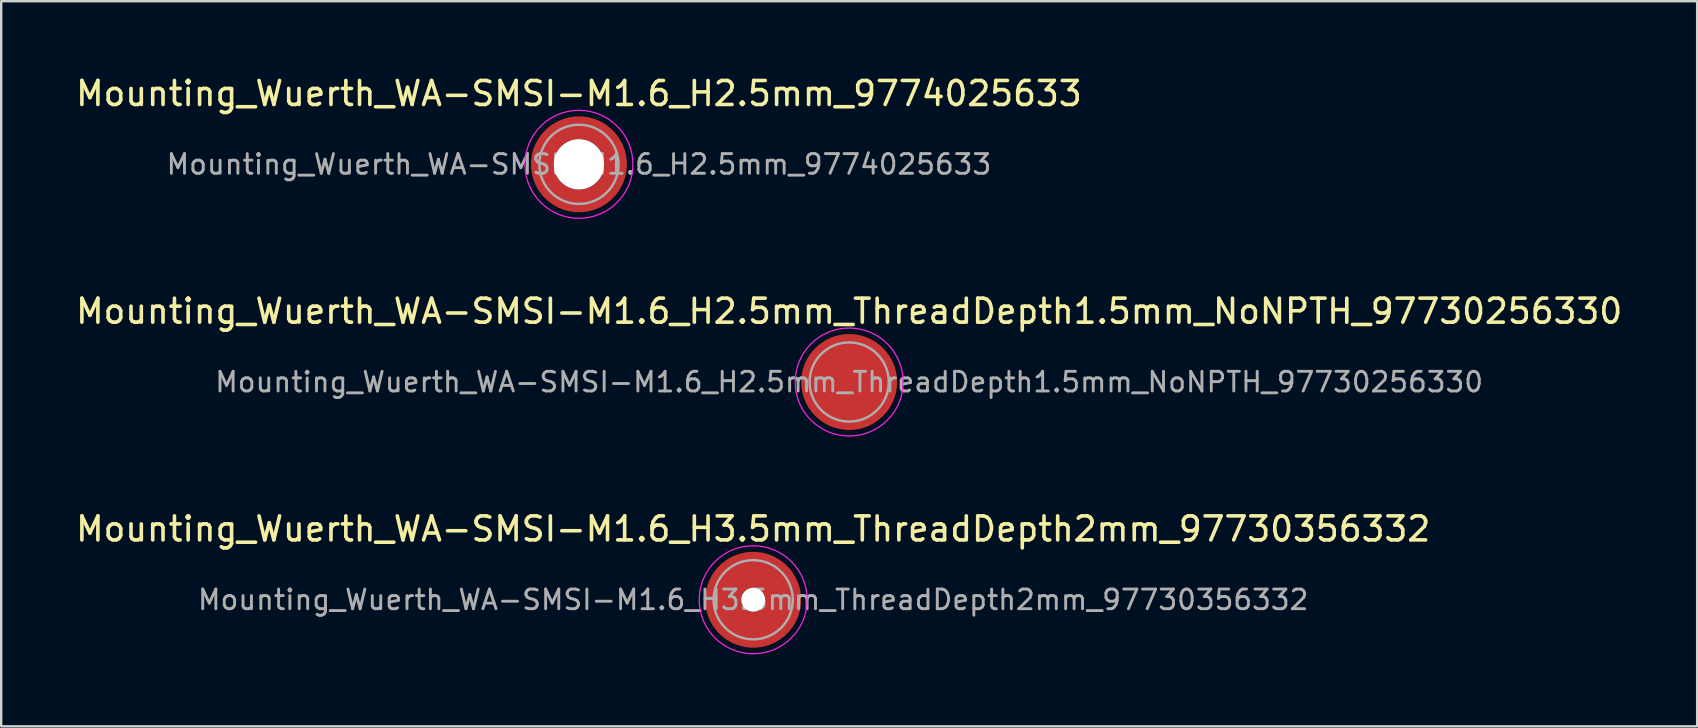
<source format=kicad_pcb>
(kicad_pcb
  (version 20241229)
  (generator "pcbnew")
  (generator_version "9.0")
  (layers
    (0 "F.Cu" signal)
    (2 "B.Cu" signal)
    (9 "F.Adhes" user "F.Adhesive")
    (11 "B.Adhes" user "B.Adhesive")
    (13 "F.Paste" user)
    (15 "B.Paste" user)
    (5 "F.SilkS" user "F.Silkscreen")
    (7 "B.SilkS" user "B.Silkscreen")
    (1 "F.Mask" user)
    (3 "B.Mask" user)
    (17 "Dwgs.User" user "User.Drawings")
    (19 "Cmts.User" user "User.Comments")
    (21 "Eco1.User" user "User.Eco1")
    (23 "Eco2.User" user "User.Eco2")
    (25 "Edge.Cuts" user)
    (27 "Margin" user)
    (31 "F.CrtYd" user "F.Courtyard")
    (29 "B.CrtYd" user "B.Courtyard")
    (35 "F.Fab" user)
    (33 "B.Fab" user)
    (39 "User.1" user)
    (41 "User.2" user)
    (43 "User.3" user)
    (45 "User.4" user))
  (footprint "Mounting_Wuerth_WA-SMSI-M1.6_H2.5mm_9774025633"
    (layer "F.Cu")
    (at 21.077 3.798)
    (property "Reference" "Mounting_Wuerth_WA-SMSI-M1.6_H2.5mm_9774025633" (at 0 -2.95 0) (layer "F.SilkS") (effects (font (size 1 1) (thickness 0.15))))
    (attr smd)
    (fp_circle (center 0 0) (end 2.25 0) (stroke (width 0.05) (type solid)) (fill no) (layer "F.CrtYd"))
    (fp_circle (center 0 0) (end 1.65 0) (stroke (width 0.1) (type solid)) (fill no) (layer "F.Fab"))
    (fp_text user "${REFERENCE}" (at 0 0 0) (layer "F.Fab") (effects (font (size 0.82 0.82) (thickness 0.12))))
    (pad "" smd custom (at -1.061 -1.061) (size 0.4 0.4) (layers "F.Paste") (options (anchor circle)) (primitives (gr_arc (start -0.101235 0.76066) (mid 0.211799 0.212465) (end 0.759748 -0.100999) (width 0.2)) (gr_arc (start -0.204251 0.76066) (mid 0.141299 0.141544) (end 0.760323 -0.204171) (width 0.2)) (gr_arc (start -0.306819 0.76066) (mid 0.070255 0.071167) (end 0.759401 -0.306542) (width 0.2)) (gr_arc (start -0.409034 0.76066) (mid -0.000242 0.000241) (end 0.759991 -0.408897) (width 0.2)) (gr_arc (start -0.510963 0.76066) (mid -0.071561 -0.06986) (end 0.758297 -0.51051) (width 0.2)) (gr_arc (start -0.61266 0.76066) (mid -0.142171 -0.140671) (end 0.758572 -0.612284) (width 0.2)) (gr_arc (start -0.714164 0.76066) (mid -0.212264 -0.212) (end 0.760292 -0.714102) (width 0.2)) (gr_line (start 0.761 -0.101) (end 0.761 -0.714) (width 0.2)) (gr_line (start -0.101 0.761) (end -0.714 0.761) (width 0.2))))
    (pad "" smd custom (at -1.061 1.061) (size 0.4 0.4) (layers "F.Paste") (options (anchor circle)) (primitives (gr_arc (start 0.76066 0.101235) (mid 0.212465 -0.211799) (end -0.100999 -0.759748) (width 0.2)) (gr_arc (start 0.76066 0.204251) (mid 0.141544 -0.141299) (end -0.204171 -0.760323) (width 0.2)) (gr_arc (start 0.76066 0.306819) (mid 0.071167 -0.070255) (end -0.306542 -0.759401) (width 0.2)) (gr_arc (start 0.76066 0.409034) (mid 0.000241 0.000242) (end -0.408897 -0.759991) (width 0.2)) (gr_arc (start 0.76066 0.510963) (mid -0.06986 0.071561) (end -0.51051 -0.758297) (width 0.2)) (gr_arc (start 0.76066 0.61266) (mid -0.140671 0.142171) (end -0.612284 -0.758572) (width 0.2)) (gr_arc (start 0.76066 0.714164) (mid -0.212 0.212264) (end -0.714102 -0.760292) (width 0.2)) (gr_line (start -0.101 -0.761) (end -0.714 -0.761) (width 0.2)) (gr_line (start 0.761 0.101) (end 0.761 0.714) (width 0.2))))
    (pad "" np_thru_hole circle (at 0 0) (size 2.1 2.1) (drill 2.1) (layers "*.Cu" "*.Mask"))
    (pad "" smd custom (at 1.061 -1.061) (size 0.4 0.4) (layers "F.Paste") (options (anchor circle)) (primitives (gr_arc (start -0.76066 -0.101235) (mid -0.212465 0.211799) (end 0.100999 0.759748) (width 0.2)) (gr_arc (start -0.76066 -0.204251) (mid -0.141544 0.141299) (end 0.204171 0.760323) (width 0.2)) (gr_arc (start -0.76066 -0.306819) (mid -0.071167 0.070255) (end 0.306542 0.759401) (width 0.2)) (gr_arc (start -0.76066 -0.409034) (mid -0.000241 -0.000242) (end 0.408897 0.759991) (width 0.2)) (gr_arc (start -0.76066 -0.510963) (mid 0.069859 -0.071561) (end 0.510509 0.758297) (width 0.2)) (gr_arc (start -0.76066 -0.61266) (mid 0.140671 -0.142171) (end 0.612284 0.758572) (width 0.2)) (gr_arc (start -0.76066 -0.714164) (mid 0.212 -0.212264) (end 0.714102 0.760292) (width 0.2)) (gr_line (start 0.101 0.761) (end 0.714 0.761) (width 0.2)) (gr_line (start -0.761 -0.101) (end -0.761 -0.714) (width 0.2))))
    (pad "" smd custom (at 1.061 1.061) (size 0.4 0.4) (layers "F.Paste") (options (anchor circle)) (primitives (gr_arc (start 0.101235 -0.76066) (mid -0.211799 -0.212465) (end -0.759748 0.100999) (width 0.2)) (gr_arc (start 0.204251 -0.76066) (mid -0.141299 -0.141544) (end -0.760323 0.204171) (width 0.2)) (gr_arc (start 0.306819 -0.76066) (mid -0.070255 -0.071167) (end -0.759401 0.306542) (width 0.2)) (gr_arc (start 0.409034 -0.76066) (mid 0.000242 -0.000241) (end -0.759991 0.408897) (width 0.2)) (gr_arc (start 0.510963 -0.76066) (mid 0.071561 0.069859) (end -0.758297 0.510509) (width 0.2)) (gr_arc (start 0.61266 -0.76066) (mid 0.142171 0.140671) (end -0.758572 0.612284) (width 0.2)) (gr_arc (start 0.714164 -0.76066) (mid 0.212264 0.212) (end -0.760292 0.714102) (width 0.2)) (gr_line (start -0.761 0.101) (end -0.761 0.714) (width 0.2)) (gr_line (start 0.101 -0.761) (end 0.714 -0.761) (width 0.2))))
    (pad "1" smd circle (at -1.525 0) (size 0.55 0.55) (layers "F.Cu"))
    (pad "1" smd circle (at 0 -1.525) (size 0.55 0.55) (layers "F.Cu"))
    (pad "1" smd circle (at 0 1.525) (size 0.55 0.55) (layers "F.Cu"))
    (pad "1" smd custom (at 1.525 0) (size 0.55 0.55) (layers "F.Cu" "F.Mask") (options (anchor circle)) (primitives (gr_circle (center -1.525 0) (end 0 0) (width 0.95) (fill no)))))
  (footprint "Mounting_Wuerth_WA-SMSI-M1.6_H2.5mm_ThreadDepth1.5mm_NoNPTH_97730256330"
    (layer "F.Cu")
    (at 32.339 12.871)
    (property "Reference" "Mounting_Wuerth_WA-SMSI-M1.6_H2.5mm_ThreadDepth1.5mm_NoNPTH_97730256330" (at 0 -2.95 0) (layer "F.SilkS") (effects (font (size 1 1) (thickness 0.15))))
    (attr smd)
    (fp_circle (center 0 0) (end 2.25 0) (stroke (width 0.05) (type solid)) (fill no) (layer "F.CrtYd"))
    (fp_circle (center 0 0) (end 1.65 0) (stroke (width 0.1) (type solid)) (fill no) (layer "F.Fab"))
    (fp_text user "${REFERENCE}" (at 0 0 0) (layer "F.Fab") (effects (font (size 0.82 0.82) (thickness 0.12))))
    (pad "" smd custom (at -0.778 -0.778) (size 1.2 1.2) (layers "F.Paste") (options (anchor circle)) (primitives (gr_arc (start 0.465568 0.527817) (mid 0.494892 0.495068) (end 0.527634 0.465735) (width 0.2)) (gr_arc (start 0.344805 0.527817) (mid 0.424264 0.424263) (end 0.527818 0.344805) (width 0.2)) (gr_arc (start 0.232382 0.527817) (mid 0.353364 0.353743) (end 0.527329 0.232606) (width 0.2)) (gr_arc (start 0.123983 0.527817) (mid 0.282626 0.28306) (end 0.527243 0.124203) (width 0.2)) (gr_arc (start 0.017883 0.527817) (mid 0.211737 0.212528) (end 0.526755 0.018233) (width 0.2)) (gr_arc (start -0.086763 0.527817) (mid 0.141173 0.14167) (end 0.527142 -0.086568) (width 0.2)) (gr_arc (start -0.190428 0.527817) (mid 0.070433 0.070988) (end 0.527057 -0.190232) (width 0.2)) (gr_arc (start -0.293397 0.527817) (mid -0.000182 0.000182) (end 0.527315 -0.29328) (width 0.2)) (gr_arc (start -0.395852 0.527817) (mid -0.071085 -0.070336) (end 0.526781 -0.395631) (width 0.2)) (gr_arc (start -0.497918 0.527817) (mid -0.141622 -0.141221) (end 0.52726 -0.497809) (width 0.2)) (gr_arc (start -0.59968 0.527817) (mid -0.212364 -0.2119) (end 0.527171 -0.599563) (width 0.2)) (gr_arc (start -0.701202 0.527817) (mid -0.282952 -0.282732) (end 0.527511 -0.701149) (width 0.2)) (gr_arc (start -0.802531 0.527817) (mid -0.353765 -0.353343) (end 0.527227 -0.802438) (width 0.2)) (gr_arc (start -0.9037 0.527817) (mid -0.425176 -0.423352) (end 0.525265 -0.903319) (width 0.2)) (gr_arc (start -1.004737 0.527817) (mid -0.49534 -0.49461) (end 0.526794 -1.004593) (width 0.2)) (gr_line (start 0.528 0.466) (end 0.528 -1.005) (width 0.2)) (gr_line (start 0.466 0.528) (end -1.005 0.528) (width 0.2))))
    (pad "" smd custom (at -0.778 0.778) (size 1.2 1.2) (layers "F.Paste") (options (anchor circle)) (primitives (gr_arc (start 0.527817 -0.465568) (mid 0.495068 -0.494892) (end 0.465735 -0.527634) (width 0.2)) (gr_arc (start 0.527817 -0.344805) (mid 0.424263 -0.424264) (end 0.344805 -0.527818) (width 0.2)) (gr_arc (start 0.527817 -0.232382) (mid 0.353743 -0.353364) (end 0.232606 -0.527329) (width 0.2)) (gr_arc (start 0.527817 -0.123983) (mid 0.28306 -0.282626) (end 0.124203 -0.527243) (width 0.2)) (gr_arc (start 0.527817 -0.017883) (mid 0.212528 -0.211737) (end 0.018233 -0.526755) (width 0.2)) (gr_arc (start 0.527817 0.086763) (mid 0.14167 -0.141173) (end -0.086568 -0.527142) (width 0.2)) (gr_arc (start 0.527817 0.190428) (mid 0.070988 -0.070433) (end -0.190232 -0.527057) (width 0.2)) (gr_arc (start 0.527817 0.293397) (mid 0.000182 0.000182) (end -0.29328 -0.527315) (width 0.2)) (gr_arc (start 0.527817 0.395852) (mid -0.070336 0.071085) (end -0.395631 -0.526781) (width 0.2)) (gr_arc (start 0.527817 0.497918) (mid -0.141221 0.141622) (end -0.497809 -0.52726) (width 0.2)) (gr_arc (start 0.527817 0.59968) (mid -0.2119 0.212364) (end -0.599563 -0.527171) (width 0.2)) (gr_arc (start 0.527817 0.701202) (mid -0.282732 0.282952) (end -0.701149 -0.527511) (width 0.2)) (gr_arc (start 0.527817 0.802531) (mid -0.353343 0.353765) (end -0.802438 -0.527227) (width 0.2)) (gr_arc (start 0.527817 0.9037) (mid -0.423352 0.425176) (end -0.903319 -0.525265) (width 0.2)) (gr_arc (start 0.527817 1.004737) (mid -0.49461 0.49534) (end -1.004593 -0.526794) (width 0.2)) (gr_line (start 0.466 -0.528) (end -1.005 -0.528) (width 0.2)) (gr_line (start 0.528 -0.466) (end 0.528 1.005) (width 0.2))))
    (pad "" smd custom (at 0.778 -0.778) (size 1.2 1.2) (layers "F.Paste") (options (anchor circle)) (primitives (gr_arc (start -0.527817 0.465568) (mid -0.495062 0.494887) (end -0.465723 0.527624) (width 0.2)) (gr_arc (start -0.527817 0.344805) (mid -0.424264 0.424264) (end -0.344805 0.527818) (width 0.2)) (gr_arc (start -0.527817 0.232382) (mid -0.353743 0.353364) (end -0.232606 0.527329) (width 0.2)) (gr_arc (start -0.527817 0.123983) (mid -0.28306 0.282626) (end -0.124203 0.527243) (width 0.2)) (gr_arc (start -0.527817 0.017883) (mid -0.212527 0.211737) (end -0.018233 0.526755) (width 0.2)) (gr_arc (start -0.527817 -0.086763) (mid -0.14167 0.141173) (end 0.086568 0.527142) (width 0.2)) (gr_arc (start -0.527817 -0.190428) (mid -0.070988 0.070433) (end 0.190232 0.527057) (width 0.2)) (gr_arc (start -0.527817 -0.293397) (mid -0.000182 -0.000182) (end 0.29328 0.527315) (width 0.2)) (gr_arc (start -0.527817 -0.395852) (mid 0.070336 -0.071085) (end 0.395631 0.526781) (width 0.2)) (gr_arc (start -0.527817 -0.497918) (mid 0.141221 -0.141622) (end 0.497809 0.52726) (width 0.2)) (gr_arc (start -0.527817 -0.59968) (mid 0.2119 -0.212364) (end 0.599563 0.527171) (width 0.2)) (gr_arc (start -0.527817 -0.701202) (mid 0.282732 -0.282952) (end 0.701149 0.527511) (width 0.2)) (gr_arc (start -0.527817 -0.802531) (mid 0.353343 -0.353765) (end 0.802438 0.527227) (width 0.2)) (gr_arc (start -0.527817 -0.9037) (mid 0.423352 -0.425176) (end 0.903319 0.525265) (width 0.2)) (gr_arc (start -0.527817 -1.004737) (mid 0.49461 -0.49534) (end 1.004593 0.526794) (width 0.2)) (gr_line (start -0.466 0.528) (end 1.005 0.528) (width 0.2)) (gr_line (start -0.528 0.466) (end -0.528 -1.005) (width 0.2))))
    (pad "" smd custom (at 0.778 0.778) (size 1.2 1.2) (layers "F.Paste") (options (anchor circle)) (primitives (gr_arc (start -0.465568 -0.527817) (mid -0.494887 -0.495062) (end -0.527624 -0.465723) (width 0.2)) (gr_arc (start -0.344805 -0.527817) (mid -0.424264 -0.424264) (end -0.527818 -0.344805) (width 0.2)) (gr_arc (start -0.232382 -0.527817) (mid -0.353364 -0.353743) (end -0.527329 -0.232606) (width 0.2)) (gr_arc (start -0.123983 -0.527817) (mid -0.282626 -0.28306) (end -0.527243 -0.124203) (width 0.2)) (gr_arc (start -0.017883 -0.527817) (mid -0.211737 -0.212527) (end -0.526755 -0.018233) (width 0.2)) (gr_arc (start 0.086763 -0.527817) (mid -0.141173 -0.14167) (end -0.527142 0.086568) (width 0.2)) (gr_arc (start 0.190428 -0.527817) (mid -0.070433 -0.070988) (end -0.527057 0.190232) (width 0.2)) (gr_arc (start 0.293397 -0.527817) (mid 0.000182 -0.000182) (end -0.527315 0.29328) (width 0.2)) (gr_arc (start 0.395852 -0.527817) (mid 0.071085 0.070336) (end -0.526781 0.395631) (width 0.2)) (gr_arc (start 0.497918 -0.527817) (mid 0.141622 0.141221) (end -0.52726 0.497809) (width 0.2)) (gr_arc (start 0.59968 -0.527817) (mid 0.212364 0.2119) (end -0.527171 0.599563) (width 0.2)) (gr_arc (start 0.701202 -0.527817) (mid 0.282952 0.282732) (end -0.527511 0.701149) (width 0.2)) (gr_arc (start 0.802531 -0.527817) (mid 0.353765 0.353343) (end -0.527227 0.802438) (width 0.2)) (gr_arc (start 0.9037 -0.527817) (mid 0.425176 0.423352) (end -0.525265 0.903319) (width 0.2)) (gr_arc (start 1.004737 -0.527817) (mid 0.49534 0.49461) (end -0.526794 1.004593) (width 0.2)) (gr_line (start -0.528 -0.466) (end -0.528 1.005) (width 0.2)) (gr_line (start -0.466 -0.528) (end 1.005 -0.528) (width 0.2))))
    (pad "1" smd circle (at 0 0) (size 4 4) (layers "F.Cu" "F.Mask")))
  (footprint "Mounting_Wuerth_WA-SMSI-M1.6_H3.5mm_ThreadDepth2mm_97730356332"
    (layer "F.Cu")
    (at 28.339 21.945)
    (property "Reference" "Mounting_Wuerth_WA-SMSI-M1.6_H3.5mm_ThreadDepth2mm_97730356332" (at 0 -2.95 0) (layer "F.SilkS") (effects (font (size 1 1) (thickness 0.15))))
    (attr smd)
    (fp_circle (center 0 0) (end 2.25 0) (stroke (width 0.05) (type solid)) (fill no) (layer "F.CrtYd"))
    (fp_circle (center 0 0) (end 1.65 0) (stroke (width 0.1) (type solid)) (fill no) (layer "F.Fab"))
    (fp_text user "${REFERENCE}" (at 0 0 0) (layer "F.Fab") (effects (font (size 0.82 0.82) (thickness 0.12))))
    (pad "" smd custom (at 0 -1.25) (size 0.9 0.9) (layers "F.Paste") (options (anchor circle)) (primitives (gr_arc (start -0.259808 0.6) (mid -0.00045 0.55) (end 0.258972 0.599667) (width 0.2)) (gr_arc (start -0.466369 0.6) (mid -0.000127 0.45) (end 0.466163 0.599852) (width 0.2)) (gr_arc (start -0.622495 0.6) (mid -0.000185 0.35) (end 0.622228 0.599745) (width 0.2)) (gr_arc (start -0.759934 0.6) (mid -0.000146 0.25) (end 0.759744 0.599777) (width 0.2)) (gr_arc (start -0.887412 0.6) (mid -0.000546 0.15) (end 0.886766 0.599119) (width 0.2)) (gr_arc (start -1.008712 0.6) (mid -0.000059 0.05) (end 1.008648 0.5999) (width 0.2)) (gr_arc (start -1.125833 0.6) (mid -0.001134 -0.049999) (end 1.124697 0.598036) (width 0.2)) (gr_arc (start -1.23996 0.6) (mid -0.00088 -0.15) (end 1.239142 0.598442) (width 0.2)) (gr_arc (start -1.351851 0.6) (mid -0.000542 -0.25) (end 1.351381 0.599023) (width 0.2)) (gr_arc (start -1.462019 0.6) (mid -0.000852 -0.35) (end 1.461326 0.598443) (width 0.2)) (gr_arc (start -1.570828 0.6) (mid -0.000608 -0.45) (end 1.570363 0.598876) (width 0.2)) (gr_arc (start -1.678541 0.6) (mid -0.000991 -0.55) (end 1.677824 0.598152) (width 0.2)) (gr_line (start 0.26 0.6) (end 1.679 0.6) (width 0.2)) (gr_line (start -0.26 0.6) (end -1.679 0.6) (width 0.2))))
    (pad "" np_thru_hole circle (at 0 0) (size 1 1) (drill 1) (layers "*.Cu" "*.Mask"))
    (pad "" smd custom (at 0 1.25) (size 0.9 0.9) (layers "F.Paste") (options (anchor circle)) (primitives (gr_arc (start 0.259808 -0.6) (mid 0.00045 -0.55) (end -0.258972 -0.599667) (width 0.2)) (gr_arc (start 0.466369 -0.6) (mid 0.000127 -0.45) (end -0.466163 -0.599852) (width 0.2)) (gr_arc (start 0.622495 -0.6) (mid 0.000185 -0.35) (end -0.622228 -0.599745) (width 0.2)) (gr_arc (start 0.759934 -0.6) (mid 0.000146 -0.25) (end -0.759744 -0.599777) (width 0.2)) (gr_arc (start 0.887412 -0.6) (mid 0.000546 -0.15) (end -0.886766 -0.599119) (width 0.2)) (gr_arc (start 1.008712 -0.6) (mid 0.000059 -0.05) (end -1.008648 -0.5999) (width 0.2)) (gr_arc (start 1.125833 -0.6) (mid 0.001134 0.049999) (end -1.124697 -0.598036) (width 0.2)) (gr_arc (start 1.23996 -0.6) (mid 0.00088 0.15) (end -1.239142 -0.598442) (width 0.2)) (gr_arc (start 1.351851 -0.6) (mid 0.000542 0.25) (end -1.351381 -0.599023) (width 0.2)) (gr_arc (start 1.462019 -0.6) (mid 0.000852 0.35) (end -1.461326 -0.598443) (width 0.2)) (gr_arc (start 1.570828 -0.6) (mid 0.000608 0.449999) (end -1.570363 -0.598876) (width 0.2)) (gr_arc (start 1.678541 -0.6) (mid 0.000991 0.55) (end -1.677824 -0.598152) (width 0.2)) (gr_line (start -0.26 -0.6) (end -1.679 -0.6) (width 0.2)) (gr_line (start 0.26 -0.6) (end 1.679 -0.6) (width 0.2))))
    (pad "1" smd circle (at -1.25 0) (size 1.1 1.1) (layers "F.Cu"))
    (pad "1" smd circle (at 0 -1.25) (size 1.1 1.1) (layers "F.Cu"))
    (pad "1" smd circle (at 0 1.25) (size 1.1 1.1) (layers "F.Cu"))
    (pad "1" smd custom (at 1.25 0) (size 1.1 1.1) (layers "F.Cu" "F.Mask") (options (anchor circle)) (primitives (gr_circle (center -1.25 0) (end 0 0) (width 1.5) (fill no)))))
  (gr_rect
    (start -3 -3)
    (end 67.679 27.22)
    (stroke (width 0.1) (type default))
    (fill no)
    (layer "Edge.Cuts")))
</source>
